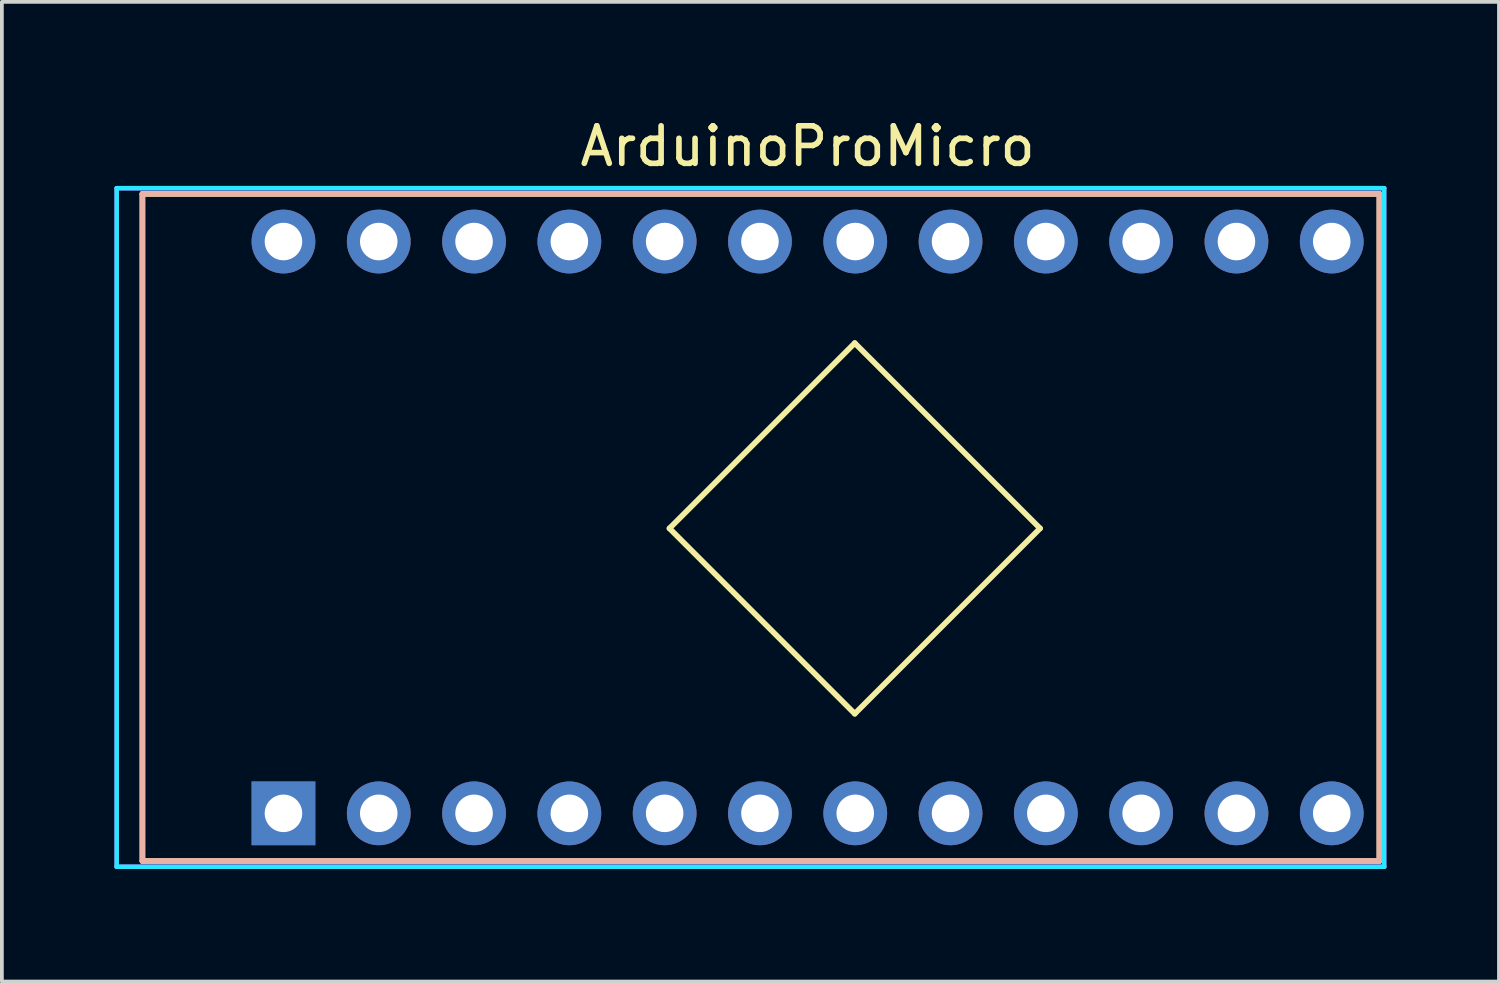
<source format=kicad_pcb>
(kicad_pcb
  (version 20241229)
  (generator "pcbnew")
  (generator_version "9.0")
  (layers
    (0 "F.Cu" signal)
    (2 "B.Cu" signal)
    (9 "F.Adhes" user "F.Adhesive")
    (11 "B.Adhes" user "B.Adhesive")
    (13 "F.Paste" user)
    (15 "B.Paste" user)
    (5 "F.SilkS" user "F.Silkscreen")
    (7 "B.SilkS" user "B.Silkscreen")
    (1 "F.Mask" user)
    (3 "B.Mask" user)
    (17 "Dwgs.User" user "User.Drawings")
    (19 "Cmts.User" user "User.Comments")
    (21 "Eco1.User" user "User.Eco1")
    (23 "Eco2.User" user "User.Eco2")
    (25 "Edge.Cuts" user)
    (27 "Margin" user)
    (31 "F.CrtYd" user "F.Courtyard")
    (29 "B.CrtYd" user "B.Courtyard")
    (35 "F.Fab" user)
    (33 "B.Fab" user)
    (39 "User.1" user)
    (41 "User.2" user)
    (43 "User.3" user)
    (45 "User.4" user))
  (footprint "ArduinoProMicro"
    (layer "F.Cu")
    (at 18.475 11.008)
    (property "Reference" "ArduinoProMicro" (at 0 -10.16 0) (layer "F.SilkS") (effects (font (size 1 1) (thickness 0.15))))
    (attr through_hole)
    (fp_line (start -17.729 -8.89) (end -17.729 8.89) (stroke (width 0.15) (type solid)) (layer "F.SilkS"))
    (fp_line (start -17.729 -8.89) (end 15.24 -8.89) (stroke (width 0.15) (type solid)) (layer "F.SilkS"))
    (fp_line (start -17.729 8.89) (end 15.24 8.89) (stroke (width 0.15) (type solid)) (layer "F.SilkS"))
    (fp_line (start -3.682 0.025) (end 1.257 -4.914) (stroke (width 0.15) (type solid)) (layer "F.SilkS"))
    (fp_line (start 1.257 -4.914) (end 6.196 0.025) (stroke (width 0.15) (type solid)) (layer "F.SilkS"))
    (fp_line (start 1.257 4.965) (end -3.682 0.025) (stroke (width 0.15) (type solid)) (layer "F.SilkS"))
    (fp_line (start 6.196 0.025) (end 1.257 4.965) (stroke (width 0.15) (type solid)) (layer "F.SilkS"))
    (fp_line (start 15.24 -8.89) (end 15.24 8.89) (stroke (width 0.15) (type solid)) (layer "F.SilkS"))
    (fp_line (start -17.729 -8.89) (end -17.729 8.89) (stroke (width 0.15) (type solid)) (layer "B.SilkS"))
    (fp_line (start -17.729 -8.89) (end 15.24 -8.89) (stroke (width 0.15) (type solid)) (layer "B.SilkS"))
    (fp_line (start -17.729 8.89) (end 15.24 8.89) (stroke (width 0.15) (type solid)) (layer "B.SilkS"))
    (fp_line (start 15.24 -8.89) (end 15.24 8.89) (stroke (width 0.15) (type solid)) (layer "B.SilkS"))
    (fp_line (start -18.415 -9.042) (end -18.415 9.043) (stroke (width 0.12) (type solid)) (layer "B.CrtYd"))
    (fp_line (start -18.415 9.043) (end 15.367 9.043) (stroke (width 0.12) (type solid)) (layer "B.CrtYd"))
    (fp_line (start 15.367 -9.042) (end -18.415 -9.042) (stroke (width 0.12) (type solid)) (layer "B.CrtYd"))
    (fp_line (start 15.367 9.043) (end 15.367 -9.042) (stroke (width 0.12) (type solid)) (layer "B.CrtYd"))
    (fp_line (start -18.415 -9.042) (end -18.415 9.043) (stroke (width 0.12) (type solid)) (layer "F.CrtYd"))
    (fp_line (start -18.415 9.043) (end 15.367 9.043) (stroke (width 0.12) (type solid)) (layer "F.CrtYd"))
    (fp_line (start 15.367 -9.042) (end -18.415 -9.042) (stroke (width 0.12) (type solid)) (layer "F.CrtYd"))
    (fp_line (start 15.367 9.043) (end 15.367 -9.042) (stroke (width 0.12) (type solid)) (layer "F.CrtYd"))
    (pad "1" thru_hole rect (at -13.97 7.62) (size 1.7 1.7) (drill 1) (layers "*.Cu" "*.Mask"))
    (pad "2" thru_hole circle (at -11.43 7.62) (size 1.7 1.7) (drill 1) (layers "*.Cu" "*.Mask"))
    (pad "3" thru_hole circle (at -8.89 7.62) (size 1.7 1.7) (drill 1) (layers "*.Cu" "*.Mask"))
    (pad "4" thru_hole circle (at -6.35 7.62) (size 1.7 1.7) (drill 1) (layers "*.Cu" "*.Mask"))
    (pad "5" thru_hole circle (at -3.81 7.62) (size 1.7 1.7) (drill 1) (layers "*.Cu" "*.Mask"))
    (pad "6" thru_hole circle (at -1.27 7.62) (size 1.7 1.7) (drill 1) (layers "*.Cu" "*.Mask"))
    (pad "7" thru_hole circle (at 1.27 7.62) (size 1.7 1.7) (drill 1) (layers "*.Cu" "*.Mask"))
    (pad "8" thru_hole circle (at 3.81 7.62) (size 1.7 1.7) (drill 1) (layers "*.Cu" "*.Mask"))
    (pad "9" thru_hole circle (at 6.35 7.62) (size 1.7 1.7) (drill 1) (layers "*.Cu" "*.Mask"))
    (pad "10" thru_hole circle (at 8.89 7.62) (size 1.7 1.7) (drill 1) (layers "*.Cu" "*.Mask"))
    (pad "11" thru_hole circle (at 11.43 7.62) (size 1.7 1.7) (drill 1) (layers "*.Cu" "*.Mask"))
    (pad "12" thru_hole circle (at 13.97 7.62) (size 1.7 1.7) (drill 1) (layers "*.Cu" "*.Mask"))
    (pad "13" thru_hole circle (at 13.97 -7.62) (size 1.7 1.7) (drill 1) (layers "*.Cu" "*.Mask"))
    (pad "14" thru_hole circle (at 11.43 -7.62) (size 1.7 1.7) (drill 1) (layers "*.Cu" "*.Mask"))
    (pad "15" thru_hole circle (at 8.89 -7.62) (size 1.7 1.7) (drill 1) (layers "*.Cu" "*.Mask"))
    (pad "16" thru_hole circle (at 6.35 -7.62) (size 1.7 1.7) (drill 1) (layers "*.Cu" "*.Mask"))
    (pad "17" thru_hole circle (at 3.81 -7.62) (size 1.7 1.7) (drill 1) (layers "*.Cu" "*.Mask"))
    (pad "18" thru_hole circle (at 1.27 -7.62) (size 1.7 1.7) (drill 1) (layers "*.Cu" "*.Mask"))
    (pad "19" thru_hole circle (at -1.27 -7.62) (size 1.7 1.7) (drill 1) (layers "*.Cu" "*.Mask"))
    (pad "20" thru_hole circle (at -3.81 -7.62) (size 1.7 1.7) (drill 1) (layers "*.Cu" "*.Mask"))
    (pad "21" thru_hole circle (at -6.35 -7.62) (size 1.7 1.7) (drill 1) (layers "*.Cu" "*.Mask"))
    (pad "22" thru_hole circle (at -8.89 -7.62) (size 1.7 1.7) (drill 1) (layers "*.Cu" "*.Mask"))
    (pad "23" thru_hole circle (at -11.43 -7.62) (size 1.7 1.7) (drill 1) (layers "*.Cu" "*.Mask"))
    (pad "24" thru_hole circle (at -13.97 -7.62) (size 1.7 1.7) (drill 1) (layers "*.Cu" "*.Mask")))
  (gr_rect
    (start -3 -3)
    (end 36.902 23.111)
    (stroke (width 0.1) (type default))
    (fill no)
    (layer "Edge.Cuts")))
</source>
